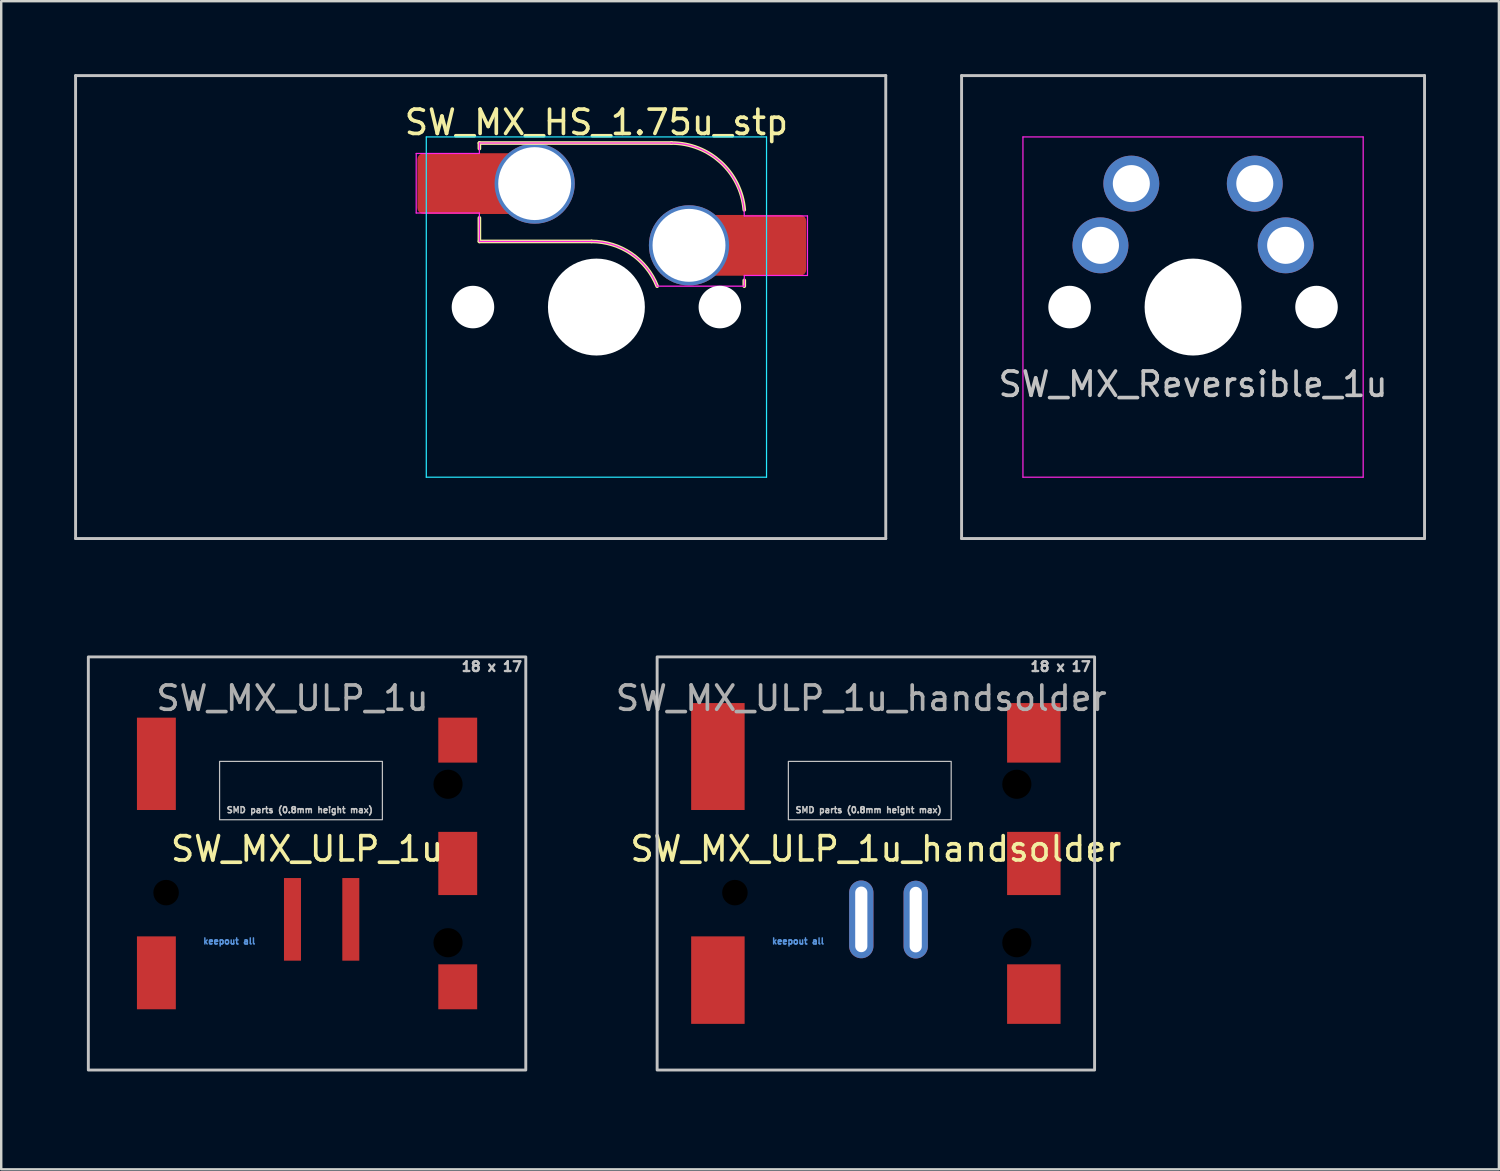
<source format=kicad_pcb>
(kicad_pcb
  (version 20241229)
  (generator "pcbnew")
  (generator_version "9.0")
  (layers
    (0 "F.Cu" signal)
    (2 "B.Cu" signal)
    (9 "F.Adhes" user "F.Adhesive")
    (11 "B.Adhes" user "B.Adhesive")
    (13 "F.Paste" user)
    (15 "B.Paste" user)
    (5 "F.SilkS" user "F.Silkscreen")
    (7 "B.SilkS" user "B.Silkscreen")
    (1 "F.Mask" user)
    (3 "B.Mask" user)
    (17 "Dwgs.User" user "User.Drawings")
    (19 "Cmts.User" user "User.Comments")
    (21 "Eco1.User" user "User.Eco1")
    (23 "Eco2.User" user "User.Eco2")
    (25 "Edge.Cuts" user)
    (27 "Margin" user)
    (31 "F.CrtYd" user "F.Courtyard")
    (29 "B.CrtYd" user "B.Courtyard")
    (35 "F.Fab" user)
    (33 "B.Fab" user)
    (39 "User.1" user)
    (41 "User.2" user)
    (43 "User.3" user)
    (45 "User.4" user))
  (footprint "SW_MX_Reversible_1u"
    (layer "F.Cu")
    (at 46.042 9.585)
    (property "Reference" "SW_MX_Reversible_1u" (at 0 3.175 0) (layer "Dwgs.User") (effects (font (size 1 1) (thickness 0.15))))
    (attr through_hole exclude_from_pos_files exclude_from_bom)
    (fp_line (start -9.525 -9.525) (end -9.525 9.525) (stroke (width 0.12) (type solid)) (layer "Dwgs.User"))
    (fp_line (start -9.525 9.525) (end 9.525 9.525) (stroke (width 0.12) (type solid)) (layer "Dwgs.User"))
    (fp_line (start 9.525 -9.525) (end -9.525 -9.525) (stroke (width 0.12) (type solid)) (layer "Dwgs.User"))
    (fp_line (start 9.525 9.525) (end 9.525 -9.525) (stroke (width 0.12) (type solid)) (layer "Dwgs.User"))
    (fp_line (start -7 6.5) (end -7 -6.5) (stroke (width 0.05) (type solid)) (layer "Eco2.User"))
    (fp_line (start -6.5 -7) (end 6.5 -7) (stroke (width 0.05) (type solid)) (layer "Eco2.User"))
    (fp_line (start 6.5 7) (end -6.5 7) (stroke (width 0.05) (type solid)) (layer "Eco2.User"))
    (fp_line (start 7 -6.5) (end 7 6.5) (stroke (width 0.05) (type solid)) (layer "Eco2.User"))
    (fp_arc (start -7 -6.5) (mid -6.853553 -6.853553) (end -6.5 -7) (stroke (width 0.05) (type solid)) (layer "Eco2.User"))
    (fp_arc (start -6.5 7) (mid -6.853553 6.853553) (end -7 6.5) (stroke (width 0.05) (type solid)) (layer "Eco2.User"))
    (fp_arc (start 6.5 -7) (mid 6.853553 -6.853553) (end 7 -6.5) (stroke (width 0.05) (type solid)) (layer "Eco2.User"))
    (fp_arc (start 6.997236 6.498884) (mid 6.850789 6.852437) (end 6.497236 6.998884) (stroke (width 0.05) (type solid)) (layer "Eco2.User"))
    (fp_line (start -7 -7) (end -7 7) (stroke (width 0.05) (type solid)) (layer "F.CrtYd"))
    (fp_line (start -7 7) (end 7 7) (stroke (width 0.05) (type solid)) (layer "F.CrtYd"))
    (fp_line (start 7 -7) (end -7 -7) (stroke (width 0.05) (type solid)) (layer "F.CrtYd"))
    (fp_line (start 7 7) (end 7 -7) (stroke (width 0.05) (type solid)) (layer "F.CrtYd"))
    (pad "" np_thru_hole circle (at -5.08 0) (size 1.75 1.75) (drill 1.75) (layers "*.Cu" "*.Mask"))
    (pad "" np_thru_hole circle (at 0 0) (size 3.988 3.988) (drill 3.988) (layers "*.Cu" "*.Mask"))
    (pad "" np_thru_hole circle (at 5.08 0) (size 1.75 1.75) (drill 1.75) (layers "*.Cu" "*.Mask"))
    (pad "1" thru_hole circle (at -3.81 -2.54) (size 2.3 2.3) (drill 1.524) (layers "*.Cu" "B.Mask"))
    (pad "1" thru_hole circle (at -2.54 -5.08) (size 2.3 2.3) (drill 1.524) (layers "*.Cu" "B.Mask"))
    (pad "2" thru_hole circle (at 2.54 -5.08) (size 2.3 2.3) (drill 1.524) (layers "*.Cu" "B.Mask"))
    (pad "2" thru_hole circle (at 3.81 -2.54) (size 2.3 2.3) (drill 1.524) (layers "*.Cu" "B.Mask")))
  (footprint "SW_MX_HS_1.75u_stp"
    (layer "F.Cu")
    (at 21.491 9.585)
    (property "Reference" "SW_MX_HS_1.75u_stp" (at 0 -7.6 0) (layer "F.SilkS") (effects (font (size 1 1) (thickness 0.15))))
    (attr smd)
    (fp_line (start -4.815 -6.75) (end -4.815 -6.52) (stroke (width 0.15) (type solid)) (layer "F.SilkS"))
    (fp_line (start -4.815 -3.67) (end -4.815 -2.7) (stroke (width 0.15) (type solid)) (layer "F.SilkS"))
    (fp_line (start -4.815 -2.7) (end -0.2 -2.7) (stroke (width 0.15) (type solid)) (layer "F.SilkS"))
    (fp_line (start 3.085 -6.75) (end -4.815 -6.75) (stroke (width 0.15) (type solid)) (layer "F.SilkS"))
    (fp_line (start 6.085 -1.1) (end 6.085 -0.86) (stroke (width 0.15) (type solid)) (layer "F.SilkS"))
    (fp_arc (start -0.2 -2.7) (mid 1.434225 -2.195685) (end 2.500062 -0.858143) (stroke (width 0.15) (type solid)) (layer "F.SilkS"))
    (fp_arc (start 3.085 -6.75) (mid 5.119852 -5.958475) (end 6.085 -4) (stroke (width 0.15) (type solid)) (layer "F.SilkS"))
    (fp_line (start -21.431 -9.525) (end 11.906 -9.525) (stroke (width 0.12) (type solid)) (layer "Dwgs.User"))
    (fp_line (start -21.431 9.525) (end -21.431 -9.525) (stroke (width 0.12) (type solid)) (layer "Dwgs.User"))
    (fp_line (start 11.906 -9.525) (end 11.906 9.525) (stroke (width 0.12) (type solid)) (layer "Dwgs.User"))
    (fp_line (start 11.906 9.525) (end -21.431 9.525) (stroke (width 0.12) (type solid)) (layer "Dwgs.User"))
    (fp_line (start -7 -6.5) (end -7 6.5) (stroke (width 0.05) (type solid)) (layer "Eco2.User"))
    (fp_line (start -6.5 7) (end 6.5 7) (stroke (width 0.05) (type solid)) (layer "Eco2.User"))
    (fp_line (start 6.5 -7) (end -6.5 -7) (stroke (width 0.05) (type solid)) (layer "Eco2.User"))
    (fp_line (start 7 6.5) (end 7 -6.5) (stroke (width 0.05) (type solid)) (layer "Eco2.User"))
    (fp_arc (start -7 -6.5) (mid -6.853553 -6.853553) (end -6.5 -7) (stroke (width 0.05) (type solid)) (layer "Eco2.User"))
    (fp_arc (start -6.497236 6.998884) (mid -6.850789 6.852437) (end -6.997236 6.498884) (stroke (width 0.05) (type solid)) (layer "Eco2.User"))
    (fp_arc (start 6.5 -7) (mid 6.853553 -6.853553) (end 7 -6.5) (stroke (width 0.05) (type solid)) (layer "Eco2.User"))
    (fp_arc (start 7 6.5) (mid 6.853553 6.853553) (end 6.5 7) (stroke (width 0.05) (type solid)) (layer "Eco2.User"))
    (fp_line (start -7 -7) (end 7 -7) (stroke (width 0.05) (type solid)) (layer "B.CrtYd"))
    (fp_line (start -7 7) (end -7 -7) (stroke (width 0.05) (type solid)) (layer "B.CrtYd"))
    (fp_line (start 7 -7) (end 7 7) (stroke (width 0.05) (type solid)) (layer "B.CrtYd"))
    (fp_line (start 7 7) (end -7 7) (stroke (width 0.05) (type solid)) (layer "B.CrtYd"))
    (fp_line (start -7.415 -6.32) (end -4.815 -6.32) (stroke (width 0.05) (type solid)) (layer "F.CrtYd"))
    (fp_line (start -7.415 -3.87) (end -7.415 -6.32) (stroke (width 0.05) (type solid)) (layer "F.CrtYd"))
    (fp_line (start -4.815 -6.75) (end -4.815 -6.32) (stroke (width 0.05) (type solid)) (layer "F.CrtYd"))
    (fp_line (start -4.815 -3.87) (end -7.415 -3.87) (stroke (width 0.05) (type solid)) (layer "F.CrtYd"))
    (fp_line (start -4.815 -3.87) (end -4.815 -2.7) (stroke (width 0.05) (type solid)) (layer "F.CrtYd"))
    (fp_line (start -4.815 -2.7) (end -0.2 -2.7) (stroke (width 0.05) (type solid)) (layer "F.CrtYd"))
    (fp_line (start 3.085 -6.75) (end -4.815 -6.75) (stroke (width 0.05) (type solid)) (layer "F.CrtYd"))
    (fp_line (start 6.085 -3.75) (end 8.685 -3.75) (stroke (width 0.05) (type solid)) (layer "F.CrtYd"))
    (fp_line (start 6.085 -1.3) (end 6.085 -0.86) (stroke (width 0.05) (type solid)) (layer "F.CrtYd"))
    (fp_line (start 6.085 -0.86) (end 2.499 -0.86) (stroke (width 0.05) (type solid)) (layer "F.CrtYd"))
    (fp_line (start 8.685 -3.75) (end 8.685 -1.3) (stroke (width 0.05) (type solid)) (layer "F.CrtYd"))
    (fp_line (start 8.685 -1.3) (end 6.085 -1.3) (stroke (width 0.05) (type solid)) (layer "F.CrtYd"))
    (fp_arc (start -0.2 -2.7) (mid 1.434225 -2.195685) (end 2.500062 -0.858143) (stroke (width 0.05) (type solid)) (layer "F.CrtYd"))
    (fp_arc (start 3.085 -6.75) (mid 5.20632 -5.87132) (end 6.085 -3.75) (stroke (width 0.05) (type solid)) (layer "F.CrtYd"))
    (pad "" np_thru_hole circle (at -5.08 0) (size 1.75 1.75) (drill 1.75) (layers "*.Cu" "*.Mask"))
    (pad "" np_thru_hole circle (at 0 0) (size 3.988 3.988) (drill 3.988) (layers "*.Cu" "*.Mask"))
    (pad "" np_thru_hole circle (at 5.08 0) (size 1.75 1.75) (drill 1.75) (layers "*.Cu" "*.Mask"))
    (pad "1" thru_hole circle (at 3.81 -2.54) (size 3.3 3.3) (drill 3) (layers "*.Cu"))
    (pad "1" smd rect (at 5.635 -2.54 180) (size 1.65 2.5) (layers "F.Cu"))
    (pad "1" smd roundrect (at 7.36 -2.54) (size 2.55 2.5) (layers "F.Cu" "F.Mask" "F.Paste") (roundrect_rratio 0.1))
    (pad "2" smd roundrect (at -6.09 -5.08) (size 2.55 2.5) (layers "F.Cu" "F.Mask" "F.Paste") (roundrect_rratio 0.1))
    (pad "2" smd rect (at -4.34 -5.08) (size 1.65 2.5) (layers "F.Cu"))
    (pad "2" thru_hole circle (at -2.54 -5.08) (size 3.3 3.3) (drill 3) (layers "*.Cu")))
  (footprint "SW_MX_ULP_1u_handsolder"
    (layer "F.Cu")
    (at 32.99 32.48)
    (property "Reference" "SW_MX_ULP_1u_handsolder" (at 0 -0.6 0) (unlocked yes) (layer "F.SilkS") (effects (font (size 1 1) (thickness 0.15))))
    (attr smd)
    (fp_rect (start -9 -8.5) (end 9 8.5) (stroke (width 0.12) (type solid)) (fill no) (layer "Dwgs.User"))
    (fp_rect (start -3.6 -4.2) (end 3.1 -1.8) (stroke (width 0.05) (type solid)) (fill no) (layer "Dwgs.User"))
    (fp_rect (start -9.525 -9.525) (end 9.525 9.525) (stroke (width 0.12) (type solid)) (fill no) (layer "Eco1.User"))
    (fp_text user "18 x 17" (at 7.6 -8.1 0) (unlocked yes) (layer "Dwgs.User") (effects (font (size 0.4 0.4) (thickness 0.1))))
    (fp_text user "SMD parts (0.8mm height max)" (at -0.3 -2.2 0) (unlocked yes) (layer "Dwgs.User") (effects (font (size 0.25 0.25) (thickness 0.06))))
    (fp_text user "keepout all" (at -3.2 3.2 0) (unlocked yes) (layer "Cmts.User") (effects (font (size 0.25 0.25) (thickness 0.06))))
    (fp_text user "19.05 x 19.05" (at 7.2 -9.9 0) (unlocked yes) (layer "Eco1.User") (effects (font (size 0.4 0.4) (thickness 0.1))))
    (fp_text user "${REFERENCE}" (at -0.6 -6.8 0) (unlocked yes) (layer "F.Fab") (effects (font (size 1 1) (thickness 0.15))))
    (pad "" np_thru_hole circle (at -5.8 1.2) (size 1.05 1.05) (drill 1.05) (layers "*.Mask"))
    (pad "" np_thru_hole circle (at 5.8 -3.26) (size 1.2 1.2) (drill 1.2) (layers "*.Mask"))
    (pad "" np_thru_hole circle (at 5.8 3.26) (size 1.2 1.2) (drill 1.2) (layers "*.Mask"))
    (pad "1" thru_hole oval (at -0.6 2.3) (size 1 3.2) (drill oval 0.5 2.7) (layers "*.Cu" "*.Mask"))
    (pad "2" thru_hole oval (at 1.64 2.31) (size 1 3.2) (drill oval 0.5 2.7) (layers "*.Cu" "*.Mask"))
    (pad "MP" smd rect (at -6.5 -4.4) (size 2.2 4.4) (layers "F.Cu" "F.Mask" "F.Paste"))
    (pad "MP" smd rect (at -6.5 4.8) (size 2.2 3.6) (layers "F.Cu" "F.Mask" "F.Paste"))
    (pad "MP" smd rect (at 6.5 -5.375) (size 2.2 2.45) (layers "F.Cu" "F.Mask" "F.Paste"))
    (pad "MP" smd rect (at 6.5 0) (size 2.2 2.6) (layers "F.Cu" "F.Mask" "F.Paste"))
    (pad "MP" smd rect (at 6.5 5.375) (size 2.2 2.45) (layers "F.Cu" "F.Mask" "F.Paste"))
    (zone (net_name "") (layer "F.Cu") (hatch edge 0.508) (connect_pads) (min_thickness 0.254) (filled_areas_thickness no) (keepout (tracks not_allowed) (vias not_allowed) (pads not_allowed) (copperpour not_allowed) (footprints not_allowed)) (placement (enabled no)) (fill) (polygon (pts (xy 31.79 36.679) (xy 27.79 36.679) (xy 27.79 34.679) (xy 31.79 34.679)))))
  (footprint "SW_MX_ULP_1u"
    (layer "F.Cu")
    (at 9.585 32.48)
    (property "Reference" "SW_MX_ULP_1u" (at 0 -0.6 0) (unlocked yes) (layer "F.SilkS") (effects (font (size 1 1) (thickness 0.15))))
    (attr smd)
    (fp_rect (start -9 -8.5) (end 9 8.5) (stroke (width 0.12) (type solid)) (fill no) (layer "Dwgs.User"))
    (fp_rect (start -3.6 -4.2) (end 3.1 -1.8) (stroke (width 0.05) (type solid)) (fill no) (layer "Dwgs.User"))
    (fp_rect (start -9.525 -9.525) (end 9.525 9.525) (stroke (width 0.12) (type solid)) (fill no) (layer "Eco1.User"))
    (fp_text user "18 x 17" (at 7.6 -8.1 0) (unlocked yes) (layer "Dwgs.User") (effects (font (size 0.4 0.4) (thickness 0.1))))
    (fp_text user "SMD parts (0.8mm height max)" (at -0.3 -2.2 0) (unlocked yes) (layer "Dwgs.User") (effects (font (size 0.25 0.25) (thickness 0.06))))
    (fp_text user "keepout all" (at -3.2 3.2 0) (unlocked yes) (layer "Cmts.User") (effects (font (size 0.25 0.25) (thickness 0.06))))
    (fp_text user "19.05 x 19.05" (at 7.2 -9.9 0) (unlocked yes) (layer "Eco1.User") (effects (font (size 0.4 0.4) (thickness 0.1))))
    (fp_text user "${REFERENCE}" (at -0.6 -6.8 0) (unlocked yes) (layer "F.Fab") (effects (font (size 1 1) (thickness 0.15))))
    (pad "" np_thru_hole circle (at -5.8 1.2) (size 1.05 1.05) (drill 1.05) (layers "*.Mask"))
    (pad "" np_thru_hole circle (at 5.8 -3.26) (size 1.2 1.2) (drill 1.2) (layers "*.Mask"))
    (pad "" np_thru_hole circle (at 5.8 3.26) (size 1.2 1.2) (drill 1.2) (layers "*.Mask"))
    (pad "1" smd rect (at -0.6 2.3) (size 0.7 3.4) (layers "F.Cu" "F.Mask" "F.Paste"))
    (pad "2" smd rect (at 1.8 2.3) (size 0.7 3.4) (layers "F.Cu" "F.Mask" "F.Paste"))
    (pad "MP" smd rect (at -6.2 -4.1) (size 1.6 3.8) (layers "F.Cu" "F.Mask" "F.Paste"))
    (pad "MP" smd rect (at -6.2 4.5) (size 1.6 3) (layers "F.Cu" "F.Mask" "F.Paste"))
    (pad "MP" smd rect (at 6.2 -5.075) (size 1.6 1.85) (layers "F.Cu" "F.Mask" "F.Paste"))
    (pad "MP" smd rect (at 6.2 0) (size 1.6 2.6) (layers "F.Cu" "F.Mask" "F.Paste"))
    (pad "MP" smd rect (at 6.2 5.075) (size 1.6 1.85) (layers "F.Cu" "F.Mask" "F.Paste"))
    (zone (net_name "") (layer "F.Cu") (hatch edge 0.508) (connect_pads) (min_thickness 0.254) (filled_areas_thickness no) (keepout (tracks not_allowed) (vias not_allowed) (pads not_allowed) (copperpour not_allowed) (footprints not_allowed)) (placement (enabled no)) (fill) (polygon (pts (xy 8.385 36.679) (xy 4.385 36.679) (xy 4.385 34.679) (xy 8.385 34.679)))))
  (gr_rect
    (start -3 -3)
    (end 58.627 45.065)
    (stroke (width 0.1) (type default))
    (fill no)
    (layer "Edge.Cuts")))
</source>
